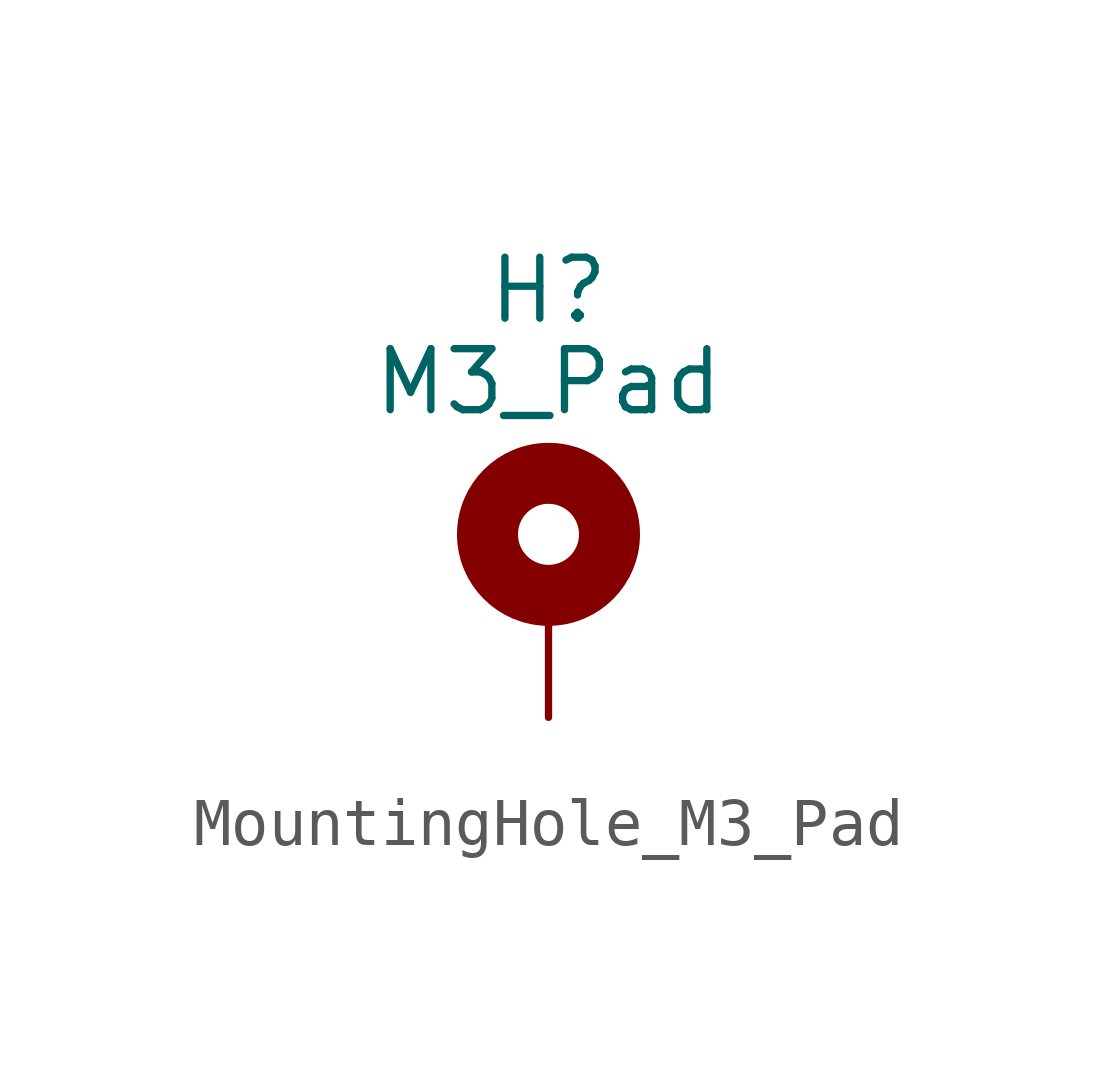
<source format=kicad_sym>
(kicad_symbol_lib
  (version 20220914)
  (generator kicad_symbol_editor)
  (symbol "MountingHole_M3_Pad"
    (pin_numbers hide)
    (pin_names
      (offset 1.016) hide)
    (property "Reference" "H"
      (at 0 6.35 0)
      (effects (font (size 1.27 1.27))))
    (property "Value" "M3_Pad"
      (at 0 4.445 0)
      (effects (font (size 1.27 1.27))))
    (symbol "MountingHole_M3_Pad_0_1"
      (circle (center 0 1.27) (radius 1.27) (stroke (width 1.27) (type default)) (fill (type none))))
    (symbol "MountingHole_M3_Pad_1_1"
      (pin input line (at 0 -2.54 90) (length 2.54) (name "1" (effects (font (size 1.27 1.27)))) (number "1" (effects (font (size 1.27 1.27))))))))
</source>
